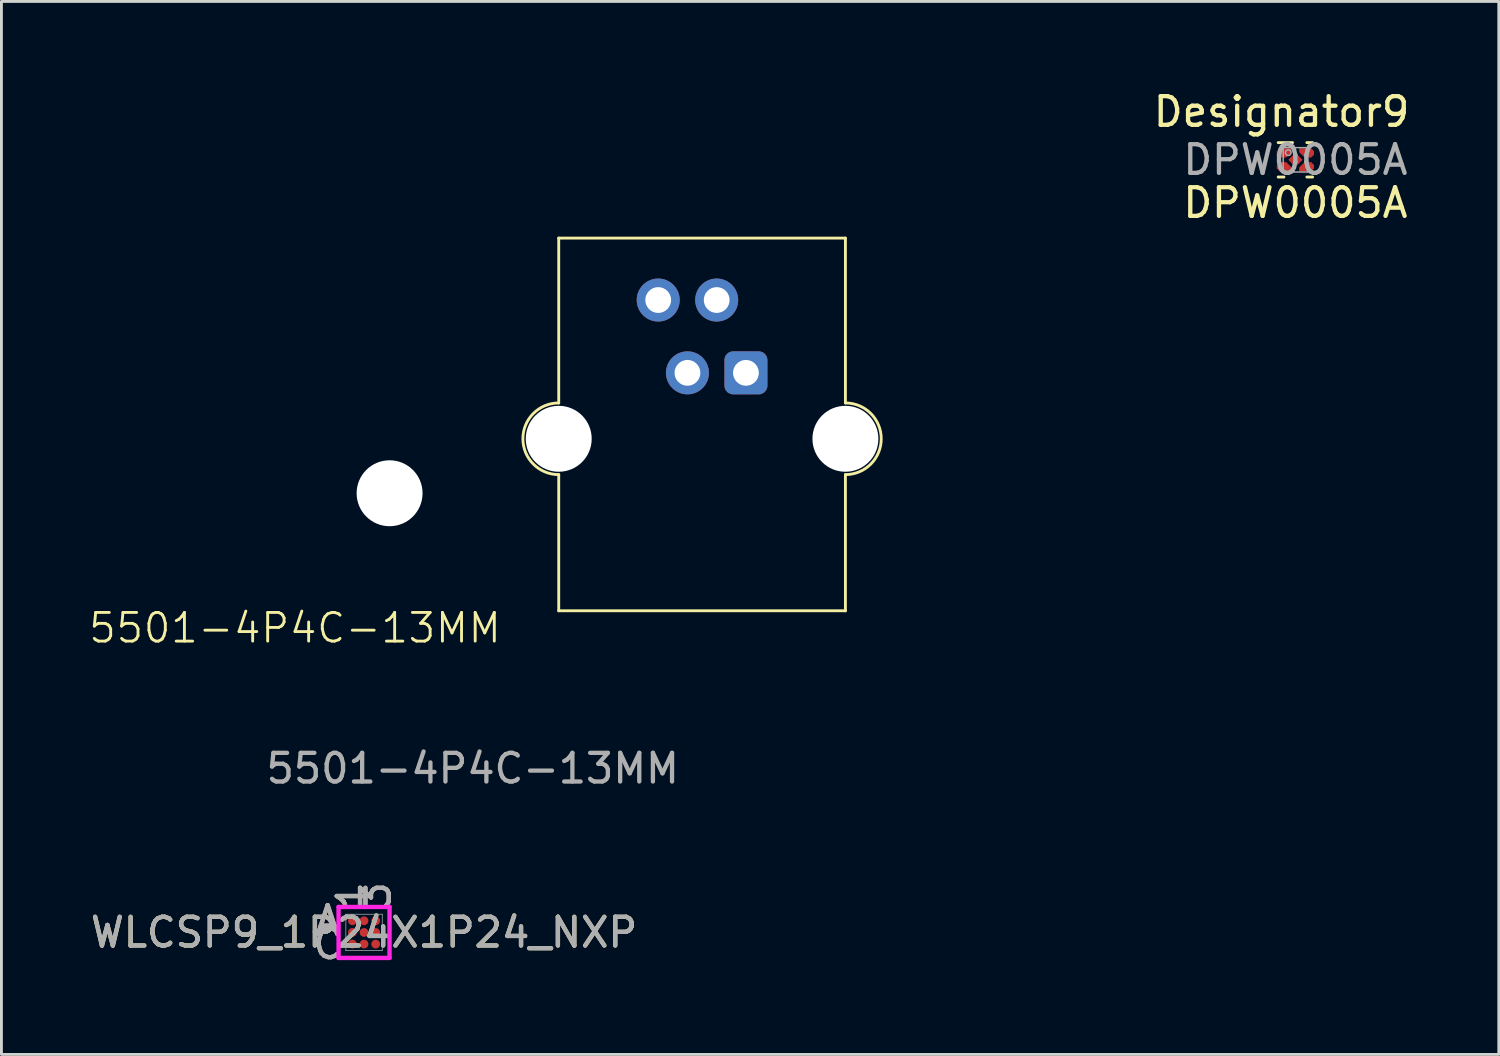
<source format=kicad_pcb>
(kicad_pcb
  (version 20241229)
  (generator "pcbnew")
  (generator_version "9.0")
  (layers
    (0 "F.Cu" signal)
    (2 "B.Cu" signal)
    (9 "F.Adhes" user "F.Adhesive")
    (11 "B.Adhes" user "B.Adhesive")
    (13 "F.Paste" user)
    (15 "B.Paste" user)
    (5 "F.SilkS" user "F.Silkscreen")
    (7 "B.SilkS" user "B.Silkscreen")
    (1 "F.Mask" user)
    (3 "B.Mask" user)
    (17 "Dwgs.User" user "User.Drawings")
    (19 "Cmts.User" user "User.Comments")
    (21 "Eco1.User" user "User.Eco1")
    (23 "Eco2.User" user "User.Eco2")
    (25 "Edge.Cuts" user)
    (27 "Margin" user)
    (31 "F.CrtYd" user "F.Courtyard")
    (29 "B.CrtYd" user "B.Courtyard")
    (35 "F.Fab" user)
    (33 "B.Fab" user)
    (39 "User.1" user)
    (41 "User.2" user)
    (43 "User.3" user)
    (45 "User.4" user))
  (footprint "DPW0005A"
    (layer "F.Cu")
    (at 42.137 2.525)
    (property "Reference" "DPW0005A" (at 0 1.5 0) (unlocked yes) (layer "F.SilkS") (effects (font (size 1 1) (thickness 0.15))))
    (attr smd)
    (fp_poly (pts (xy -0.55 -0.08) (xy -0.65 -0.18) (xy -0.65 -0.3) (xy -0.55 -0.4) (xy -0.13 -0.4) (xy -0.13 -0.269) (xy -0.319 -0.08)) (stroke (width 0) (type solid)) (fill yes) (layer "F.Cu"))
    (fp_poly (pts (xy -0.55 0.4) (xy -0.65 0.3) (xy -0.65 0.18) (xy -0.55 0.08) (xy -0.319 0.08) (xy -0.13 0.269) (xy -0.13 0.4)) (stroke (width 0) (type solid)) (fill yes) (layer "F.Cu"))
    (fp_poly (pts (xy 0.13 0.4) (xy 0.13 0.269) (xy 0.319 0.08) (xy 0.55 0.08) (xy 0.65 0.18) (xy 0.65 0.3) (xy 0.55 0.4)) (stroke (width 0) (type solid)) (fill yes) (layer "F.Cu"))
    (fp_poly (pts (xy 0.319 -0.08) (xy 0.13 -0.269) (xy 0.13 -0.4) (xy 0.55 -0.4) (xy 0.65 -0.3) (xy 0.65 -0.18) (xy 0.55 -0.08) (xy 0.55 -0.08)) (stroke (width 0) (type solid)) (fill yes) (layer "F.Cu"))
    (fp_poly (pts (xy -0.529 -0.13) (xy -0.6 -0.201) (xy -0.6 -0.279) (xy -0.529 -0.35) (xy -0.18 -0.35) (xy -0.18 -0.29) (xy -0.34 -0.13)) (stroke (width 0) (type solid)) (fill yes) (layer "F.Mask"))
    (fp_poly (pts (xy -0.529 0.35) (xy -0.6 0.279) (xy -0.6 0.201) (xy -0.529 0.13) (xy -0.34 0.13) (xy -0.18 0.29) (xy -0.18 0.35)) (stroke (width 0) (type solid)) (fill yes) (layer "F.Mask"))
    (fp_poly (pts (xy 0.18 0.35) (xy 0.18 0.29) (xy 0.34 0.13) (xy 0.529 0.13) (xy 0.6 0.201) (xy 0.6 0.279) (xy 0.529 0.35)) (stroke (width 0) (type solid)) (fill yes) (layer "F.Mask"))
    (fp_poly (pts (xy 0.34 -0.13) (xy 0.18 -0.29) (xy 0.18 -0.35) (xy 0.529 -0.35) (xy 0.6 -0.279) (xy 0.6 -0.201) (xy 0.529 -0.13)) (stroke (width 0) (type solid)) (fill yes) (layer "F.Mask"))
    (fp_line (start -0.6 -0.6) (end -0.1 -0.6) (stroke (width 0.1) (type solid)) (layer "F.SilkS"))
    (fp_line (start -0.6 0.6) (end -0.4 0.6) (stroke (width 0.1) (type solid)) (layer "F.SilkS"))
    (fp_line (start 0.4 -0.6) (end 0.6 -0.6) (stroke (width 0.1) (type solid)) (layer "F.SilkS"))
    (fp_line (start 0.4 0.6) (end 0.6 0.6) (stroke (width 0.1) (type solid)) (layer "F.SilkS"))
    (fp_poly (pts (xy -0.529 -0.13) (xy -0.6 -0.201) (xy -0.6 -0.279) (xy -0.529 -0.35) (xy -0.18 -0.35) (xy -0.18 -0.29) (xy -0.34 -0.13)) (stroke (width 0) (type solid)) (fill yes) (layer "F.Paste"))
    (fp_poly (pts (xy -0.529 0.35) (xy -0.6 0.279) (xy -0.6 0.201) (xy -0.529 0.13) (xy -0.34 0.13) (xy -0.18 0.29) (xy -0.18 0.35)) (stroke (width 0) (type solid)) (fill yes) (layer "F.Paste"))
    (fp_poly (pts (xy 0.18 0.35) (xy 0.18 0.29) (xy 0.34 0.13) (xy 0.529 0.13) (xy 0.6 0.201) (xy 0.6 0.279) (xy 0.529 0.35)) (stroke (width 0) (type solid)) (fill yes) (layer "F.Paste"))
    (fp_poly (pts (xy 0.34 -0.13) (xy 0.18 -0.29) (xy 0.18 -0.35) (xy 0.529 -0.35) (xy 0.6 -0.279) (xy 0.6 -0.201) (xy 0.529 -0.13)) (stroke (width 0) (type solid)) (fill yes) (layer "F.Paste"))
    (fp_line (start -0.425 -0.425) (end 0.425 -0.425) (stroke (width 0.05) (type solid)) (layer "F.Fab"))
    (fp_line (start -0.425 0.425) (end -0.425 -0.425) (stroke (width 0.05) (type solid)) (layer "F.Fab"))
    (fp_line (start -0.425 0.425) (end 0.425 0.425) (stroke (width 0.05) (type solid)) (layer "F.Fab"))
    (fp_line (start 0.425 0.425) (end 0.425 -0.425) (stroke (width 0.05) (type solid)) (layer "F.Fab"))
    (fp_circle (center -0.25 -0.25) (end -0.15 -0.25) (stroke (width 0.05) (type solid)) (fill no) (layer "F.Fab"))
    (fp_text user "Designator9" (at -0.483 -1.676 0) (unlocked yes) (layer "F.SilkS") (effects (font (size 1 1) (thickness 0.15))))
    (fp_text user "${REFERENCE}" (at 0 0 0) (unlocked yes) (layer "F.Fab") (effects (font (size 1 1) (thickness 0.15))))
    (pad "1" smd rect (at -0.39 -0.24 90) (size 0.15 0.15) (layers "F.Cu" "F.Mask" "F.Paste"))
    (pad "2" smd rect (at -0.39 0.24 90) (size 0.15 0.15) (layers "F.Cu" "F.Mask" "F.Paste"))
    (pad "3" smd rect (at 0 0 135) (size 0.35 0.35) (layers "F.Cu" "F.Mask" "F.Paste"))
    (pad "4" smd rect (at 0.39 0.24 90) (size 0.15 0.15) (layers "F.Cu" "F.Mask" "F.Paste"))
    (pad "5" smd rect (at 0.39 -0.24 90) (size 0.15 0.15) (layers "F.Cu" "F.Mask" "F.Paste")))
  (footprint "WLCSP9_1P24X1P24_NXP"
    (layer "F.Cu")
    (at 9.649 29.476)
    (property "Reference" "WLCSP9_1P24X1P24_NXP" (at 0 0 0) (unlocked yes) (layer "F.SilkS") (effects (font (size 1 1) (thickness 0.15))))
    (attr smd)
    (fp_poly (pts (xy -1.054 -1.054) (xy 1.054 -1.054) (xy 1.054 1.054) (xy -1.054 1.054)) (stroke (width 0.1) (type solid)) (fill no) (layer "Eco2.User"))
    (fp_line (start -0.889 -0.889) (end 0.889 -0.889) (stroke (width 0.152) (type solid)) (layer "F.CrtYd"))
    (fp_line (start -0.889 0.889) (end -0.889 -0.889) (stroke (width 0.152) (type solid)) (layer "F.CrtYd"))
    (fp_line (start 0.889 -0.889) (end 0.889 0.889) (stroke (width 0.152) (type solid)) (layer "F.CrtYd"))
    (fp_line (start 0.889 0.889) (end -0.889 0.889) (stroke (width 0.152) (type solid)) (layer "F.CrtYd"))
    (fp_line (start -0.635 -0.635) (end -0.635 0.635) (stroke (width 0.025) (type solid)) (layer "F.Fab"))
    (fp_line (start -0.635 0.635) (end 0.635 0.635) (stroke (width 0.025) (type solid)) (layer "F.Fab"))
    (fp_line (start -0.432 -0.635) (end -0.635 -0.432) (stroke (width 0.025) (type solid)) (layer "F.Fab"))
    (fp_line (start 0.635 -0.635) (end -0.635 -0.635) (stroke (width 0.025) (type solid)) (layer "F.Fab"))
    (fp_line (start 0.635 0.635) (end 0.635 -0.635) (stroke (width 0.025) (type solid)) (layer "F.Fab"))
    (fp_text user "A" (at -1.27 -0.406 0) (unlocked yes) (layer "B.SilkS") (effects (font (size 1 1) (thickness 0.15))))
    (fp_text user "1" (at -0.406 -1.27 90) (unlocked yes) (layer "B.SilkS") (effects (font (size 1 1) (thickness 0.15))))
    (fp_text user "3" (at 0.406 -1.27 90) (unlocked yes) (layer "B.SilkS") (effects (font (size 1 1) (thickness 0.15))))
    (fp_text user "C" (at -1.27 0.406 0) (unlocked yes) (layer "B.SilkS") (effects (font (size 1 1) (thickness 0.15))))
    (fp_text user "C" (at -1.27 0.406 0) (unlocked yes) (layer "F.Fab") (effects (font (size 1 1) (thickness 0.15))))
    (fp_text user "1" (at -0.406 -1.27 90) (unlocked yes) (layer "F.Fab") (effects (font (size 1 1) (thickness 0.15))))
    (fp_text user "3" (at 0.406 -1.27 90) (unlocked yes) (layer "F.Fab") (effects (font (size 1 1) (thickness 0.15))))
    (fp_text user "${REFERENCE}" (at 0 0 0) (unlocked yes) (layer "F.Fab") (effects (font (size 1 1) (thickness 0.15))))
    (fp_text user "A" (at -1.27 -0.406 0) (unlocked yes) (layer "F.Fab") (effects (font (size 1 1) (thickness 0.15))))
    (pad "A1" smd circle (at -0.406 -0.406) (size 0.305 0.305) (layers "F.Cu" "F.Mask" "F.Paste"))
    (pad "A2" smd circle (at 0 -0.406) (size 0.305 0.305) (layers "F.Cu" "F.Mask" "F.Paste"))
    (pad "A3" smd circle (at 0.406 -0.406) (size 0.305 0.305) (layers "F.Cu" "F.Mask" "F.Paste"))
    (pad "B1" smd circle (at -0.406 0) (size 0.305 0.305) (layers "F.Cu" "F.Mask" "F.Paste"))
    (pad "B2" smd circle (at 0 0) (size 0.305 0.305) (layers "F.Cu" "F.Mask" "F.Paste"))
    (pad "B3" smd circle (at 0.406 0) (size 0.305 0.305) (layers "F.Cu" "F.Mask" "F.Paste"))
    (pad "C1" smd circle (at -0.406 0.406) (size 0.305 0.305) (layers "F.Cu" "F.Mask" "F.Paste"))
    (pad "C2" smd circle (at 0 0.406) (size 0.305 0.305) (layers "F.Cu" "F.Mask" "F.Paste"))
    (pad "C3" smd circle (at 0.406 0.406) (size 0.305 0.305) (layers "F.Cu" "F.Mask" "F.Paste")))
  (footprint "5501-4P4C-13MM"
    (layer "F.Cu")
    (at 13.44 21.256)
    (property "Reference" "5501-4P4C-13MM" (at -6.2 -2.4 0) (unlocked yes) (layer "F.SilkS") (effects (font (size 1 1) (thickness 0.1))))
    (attr smd)
    (fp_line (start 3 -16) (end 3 -10.25) (stroke (width 0.1) (type default)) (layer "F.SilkS"))
    (fp_line (start 3 -7.75) (end 3 -3) (stroke (width 0.1) (type default)) (layer "F.SilkS"))
    (fp_line (start 3 -3) (end 13 -3) (stroke (width 0.1) (type default)) (layer "F.SilkS"))
    (fp_line (start 13 -16) (end 3 -16) (stroke (width 0.1) (type default)) (layer "F.SilkS"))
    (fp_line (start 13 -10.25) (end 13 -16) (stroke (width 0.1) (type default)) (layer "F.SilkS"))
    (fp_line (start 13 -7.75) (end 13 -3) (stroke (width 0.1) (type default)) (layer "F.SilkS"))
    (fp_arc (start 3 -7.75) (mid 1.75 -9) (end 3 -10.25) (stroke (width 0.1) (type default)) (layer "F.SilkS"))
    (fp_arc (start 13 -10.25) (mid 14.25 -9) (end 13 -7.75) (stroke (width 0.1) (type default)) (layer "F.SilkS"))
    (fp_text user "${REFERENCE}" (at 0 2.5 0) (unlocked yes) (layer "F.Fab") (effects (font (size 1 1) (thickness 0.15))))
    (dimension (type orthogonal) (layer "User.1") (pts (xy 16.44 12.256) (xy 17.92 9.956)) (height -2.77) (orientation 1) (format (prefix "") (suffix "") (units 3) (units_format 0) (precision 4) (suppress_zeroes yes)) (style (thickness 0.1) (arrow_length 1.27) (text_position_mode 2) (arrow_direction outward) (extension_height 0.586) (extension_offset 0.5) (keep_text_aligned yes)) (gr_text "2.3" (at 13.72 13.726 90) (layer "User.1") (effects (font (size 1 1) (thickness 0.15)))))
    (dimension (type orthogonal) (layer "User.1") (pts (xy 22.97 9.956) (xy 21.95 7.416)) (height -6.35) (orientation 0) (format (prefix "") (suffix "") (units 3) (units_format 0) (precision 4) (suppress_zeroes yes)) (style (thickness 0.1) (arrow_length 1.27) (text_position_mode 2) (arrow_direction outward) (extension_height 0.586) (extension_offset 0.5) (keep_text_aligned yes)) (gr_text "1.02" (at 25.05 3.566 0) (layer "User.1") (effects (font (size 1 1) (thickness 0.15)))))
    (dimension (type orthogonal) (layer "User.1") (pts (xy 16.44 18.256) (xy 26.44 18.256)) (height 2) (orientation 0) (format (prefix "") (suffix "") (units 3) (units_format 0) (precision 4) (suppress_zeroes yes)) (style (thickness 0.1) (arrow_length 1.27) (text_position_mode 0) (arrow_direction outward) (extension_height 0.586) (extension_offset 0.5) (keep_text_aligned yes)) (gr_text "10" (at 21.44 19.106 0) (layer "User.1") (effects (font (size 1 1) (thickness 0.15)))))
    (dimension (type orthogonal) (layer "User.1") (pts (xy 16.44 12.256) (xy 19.91 7.416)) (height -8.93) (orientation 0) (format (prefix "") (suffix "") (units 3) (units_format 0) (precision 4) (suppress_zeroes yes)) (style (thickness 0.1) (arrow_length 1.27) (text_position_mode 2) (arrow_direction outward) (extension_height 0.586) (extension_offset 0.5) (keep_text_aligned yes)) (gr_text "3.47" (at 13.78 3.856 0) (layer "User.1") (effects (font (size 1 1) (thickness 0.15)))))
    (dimension (type orthogonal) (layer "User.1") (pts (xy 16.44 12.256) (xy 19.46 7.416)) (height -4.38) (orientation 1) (format (prefix "") (suffix "") (units 3) (units_format 0) (precision 4) (suppress_zeroes yes)) (style (thickness 0.1) (arrow_length 1.27) (text_position_mode 0) (arrow_direction outward) (extension_height 0.586) (extension_offset 0.5) (keep_text_aligned yes)) (gr_text "4.84" (at 10.91 9.836 90) (layer "User.1") (effects (font (size 1 1) (thickness 0.15)))))
    (dimension (type orthogonal) (layer "User.1") (pts (xy 27.59 12.256) (xy 25.29 12.256)) (height 1.65) (orientation 0) (format (prefix "") (suffix "") (units 3) (units_format 0) (precision 4) (suppress_zeroes yes)) (style (thickness 0.1) (arrow_length 1.27) (text_position_mode 2) (arrow_direction outward) (extension_height 0.586) (extension_offset 0.5) (keep_text_aligned yes)) (gr_text "2.3" (at 23.95 13.796 0) (layer "User.1") (effects (font (size 1 1) (thickness 0.15)))))
    (dimension (type orthogonal) (layer "User.1") (pts (xy 26.44 5.256) (xy 26.44 18.256)) (height 7) (orientation 1) (format (prefix "") (suffix "") (units 3) (units_format 0) (precision 4) (suppress_zeroes yes)) (style (thickness 0.1) (arrow_length 1.27) (text_position_mode 0) (arrow_direction outward) (extension_height 0.586) (extension_offset 0.5) (keep_text_aligned yes)) (gr_text "13" (at 32.29 11.756 90) (layer "User.1") (effects (font (size 1 1) (thickness 0.15)))))
    (dimension (type orthogonal) (layer "User.1") (pts (xy 22.97 9.956) (xy 19.91 7.416)) (height -9.32) (orientation 0) (format (prefix "") (suffix "") (units 3) (units_format 0) (precision 4) (suppress_zeroes yes)) (style (thickness 0.1) (arrow_length 1.27) (text_position_mode 2) (arrow_direction outward) (extension_height 0.586) (extension_offset 0.5) (keep_text_aligned yes)) (gr_text "3.06" (at 25.05 0.906 0) (layer "User.1") (effects (font (size 1 1) (thickness 0.15)))))
    (dimension (type orthogonal) (layer "User.1") (pts (xy 21.38 9.956) (xy 20.48 9.956)) (height 1.35) (orientation 0) (format (prefix "") (suffix "") (units 3) (units_format 0) (precision 4) (suppress_zeroes yes)) (style (thickness 0.1) (arrow_length 1.27) (text_position_mode 2) (arrow_direction outward) (extension_height 0.586) (extension_offset 0.5) (keep_text_aligned yes)) (gr_text "0.9" (at 19.12 11.346 0) (layer "User.1") (effects (font (size 1 1) (thickness 0.15)))))
    (dimension (type orthogonal) (layer "User.1") (pts (xy 22.97 9.956) (xy 21.95 7.416)) (height 6.09) (orientation 1) (format (prefix "") (suffix "") (units 3) (units_format 0) (precision 4) (suppress_zeroes yes)) (style (thickness 0.1) (arrow_length 1.27) (text_position_mode 2) (arrow_direction outward) (extension_height 0.586) (extension_offset 0.5) (keep_text_aligned yes)) (gr_text "2.54" (at 30.8 8.736 90) (layer "User.1") (effects (font (size 1 1) (thickness 0.15)))))
    (dimension (type orthogonal) (layer "User.1") (pts (xy 26.44 18.256) (xy 26.44 12.256)) (height 3) (orientation 1) (format (prefix "") (suffix "") (units 3) (units_format 0) (precision 4) (suppress_zeroes yes)) (style (thickness 0.1) (arrow_length 1.27) (text_position_mode 0) (arrow_direction outward) (extension_height 0.586) (extension_offset 0.5) (keep_text_aligned yes)) (gr_text "6" (at 28.29 15.256 90) (layer "User.1") (effects (font (size 1 1) (thickness 0.15)))))
    (pad "" np_thru_hole circle (at -2.9 -7.1) (size 2.3 2.3) (drill 2.3) (layers "*.Cu" "*.Mask"))
    (pad "" np_thru_hole circle (at 3 -9) (size 2.3 2.3) (drill 2.3) (layers "*.Cu" "*.Mask"))
    (pad "" np_thru_hole circle (at 13 -9) (size 2.3 2.3) (drill 2.3) (layers "*.Cu" "*.Mask"))
    (pad "1" thru_hole roundrect (at 9.53 -11.3) (size 1.5 1.5) (drill 0.9) (layers "*.Cu" "*.Mask") (roundrect_rratio 0.2))
    (pad "2" thru_hole circle (at 8.51 -13.84) (size 1.5 1.5) (drill 0.9) (layers "*.Cu" "*.Mask"))
    (pad "3" thru_hole circle (at 7.49 -11.3) (size 1.5 1.5) (drill 0.9) (layers "*.Cu" "*.Mask"))
    (pad "4" thru_hole circle (at 6.47 -13.84) (size 1.5 1.5) (drill 0.9) (layers "*.Cu" "*.Mask")))
  (gr_rect
    (start -3 -3)
    (end 49.232 33.731)
    (stroke (width 0.1) (type default))
    (fill no)
    (layer "Edge.Cuts")))
</source>
